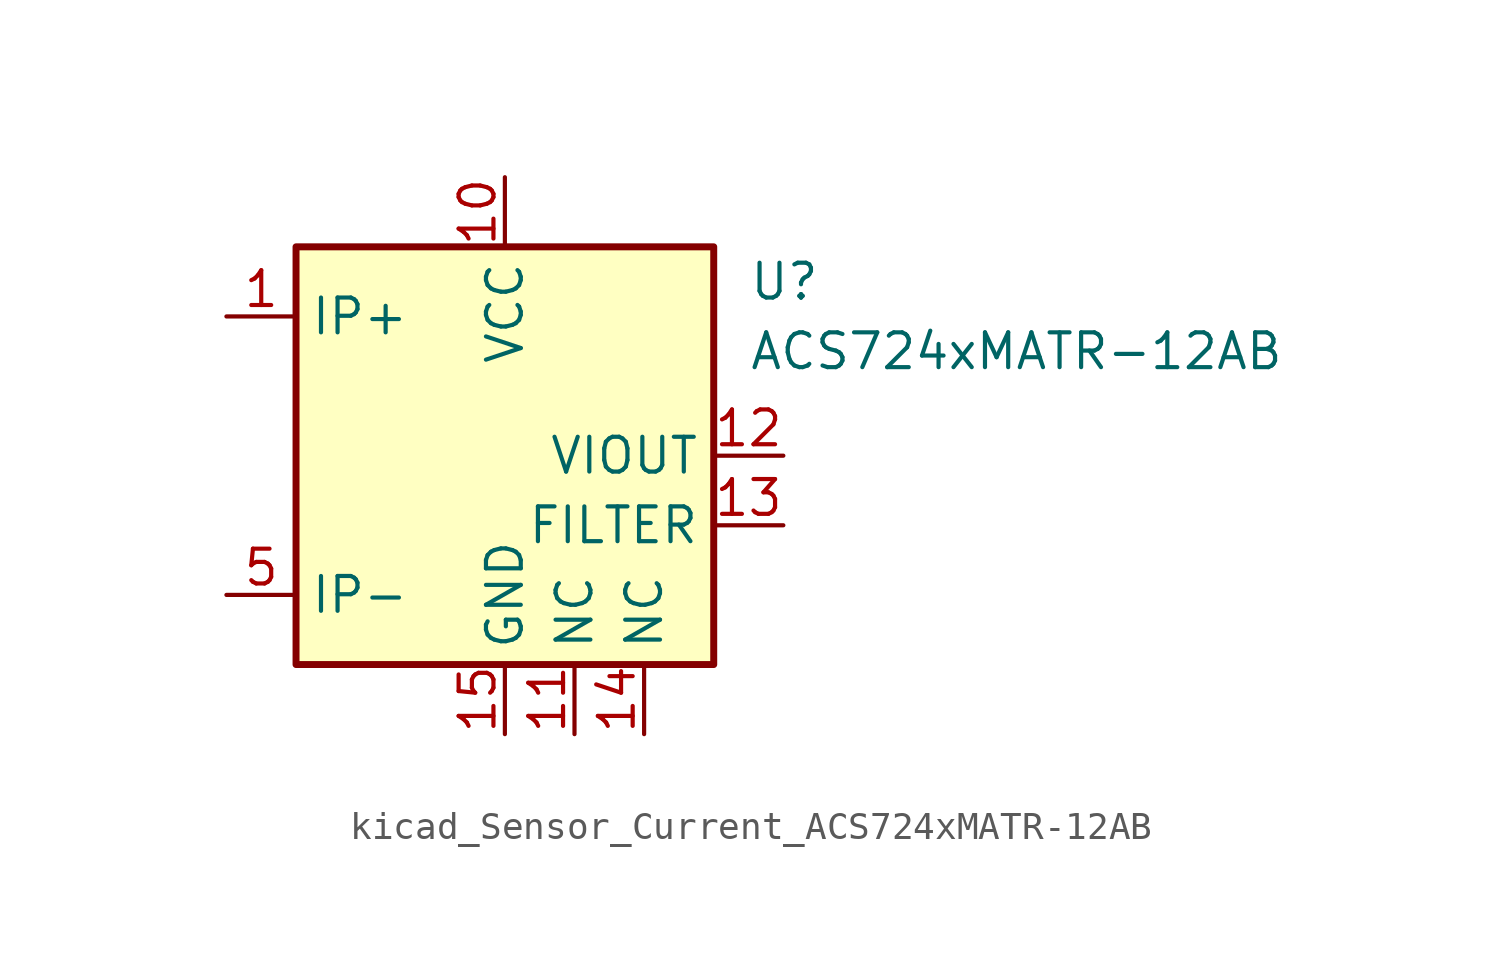
<source format=kicad_sym>
(kicad_symbol_lib
  (version 20220914)
  (generator kicad_symbol_editor)
  (symbol "kicad_Sensor_Current_ACS724xMATR-12AB"
    (property "Reference" "U"
      (at 8.89 6.35 0)
      (effects (font (size 1.27 1.27)) (justify left)))
    (property "Value" "ACS724xMATR-12AB"
      (at 8.89 3.81 0)
      (effects (font (size 1.27 1.27)) (justify left)))
    (symbol "kicad_Sensor_Current_ACS724xMATR-12AB_0_1"
      (rectangle (start -7.62 7.62) (end 7.62 -7.62) (stroke (width 0.254) (type default)) (fill (type background))))
    (symbol "kicad_Sensor_Current_ACS724xMATR-12AB_1_1"
      (pin passive line (at -10.16 5.08 0) (length 2.54) (name "IP+" (effects (font (size 1.27 1.27)))) (number "1" (effects (font (size 1.27 1.27)))))
      (pin power_in line (at 0 10.16 270) (length 2.54) (name "VCC" (effects (font (size 1.27 1.27)))) (number "10" (effects (font (size 1.27 1.27)))))
      (pin passive line (at 2.54 -10.16 90) (length 2.54) (name "NC" (effects (font (size 1.27 1.27)))) (number "11" (effects (font (size 1.27 1.27)))))
      (pin output line (at 10.16 0 180) (length 2.54) (name "VIOUT" (effects (font (size 1.27 1.27)))) (number "12" (effects (font (size 1.27 1.27)))))
      (pin passive line (at 10.16 -2.54 180) (length 2.54) (name "FILTER" (effects (font (size 1.27 1.27)))) (number "13" (effects (font (size 1.27 1.27)))))
      (pin passive line (at 5.08 -10.16 90) (length 2.54) (name "NC" (effects (font (size 1.27 1.27)))) (number "14" (effects (font (size 1.27 1.27)))))
      (pin power_in line (at 0 -10.16 90) (length 2.54) (name "GND" (effects (font (size 1.27 1.27)))) (number "15" (effects (font (size 1.27 1.27)))))
      (pin no_connect line (at 7.62 2.54 180) (length 2.54) hide (name "NC" (effects (font (size 1.27 1.27)))) (number "16" (effects (font (size 1.27 1.27)))))
      (pin passive line (at -10.16 5.08 0) (length 2.54) hide (name "IP+" (effects (font (size 1.27 1.27)))) (number "2" (effects (font (size 1.27 1.27)))))
      (pin passive line (at -10.16 5.08 0) (length 2.54) hide (name "IP+" (effects (font (size 1.27 1.27)))) (number "3" (effects (font (size 1.27 1.27)))))
      (pin passive line (at -10.16 5.08 0) (length 2.54) hide (name "IP+" (effects (font (size 1.27 1.27)))) (number "4" (effects (font (size 1.27 1.27)))))
      (pin passive line (at -10.16 -5.08 0) (length 2.54) (name "IP-" (effects (font (size 1.27 1.27)))) (number "5" (effects (font (size 1.27 1.27)))))
      (pin passive line (at -10.16 -5.08 0) (length 2.54) hide (name "IP-" (effects (font (size 1.27 1.27)))) (number "6" (effects (font (size 1.27 1.27)))))
      (pin passive line (at -10.16 -5.08 0) (length 2.54) hide (name "IP-" (effects (font (size 1.27 1.27)))) (number "7" (effects (font (size 1.27 1.27)))))
      (pin passive line (at -10.16 -5.08 0) (length 2.54) hide (name "IP-" (effects (font (size 1.27 1.27)))) (number "8" (effects (font (size 1.27 1.27)))))
      (pin no_connect line (at 7.62 5.08 180) (length 2.54) hide (name "NC" (effects (font (size 1.27 1.27)))) (number "9" (effects (font (size 1.27 1.27))))))))
</source>
